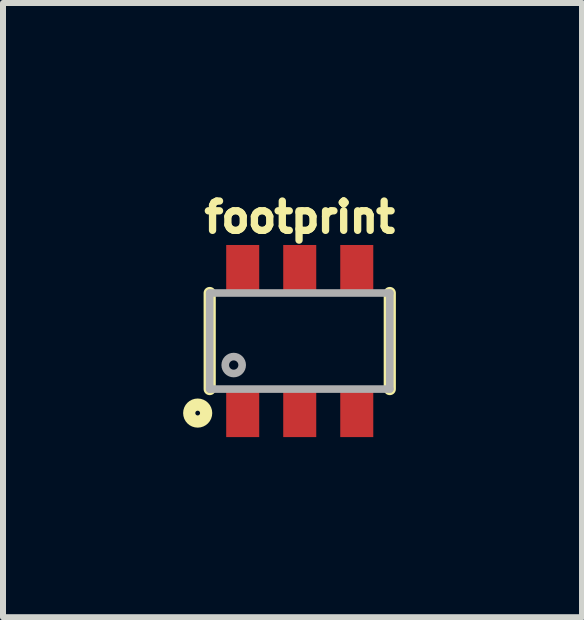
<source format=kicad_pcb>
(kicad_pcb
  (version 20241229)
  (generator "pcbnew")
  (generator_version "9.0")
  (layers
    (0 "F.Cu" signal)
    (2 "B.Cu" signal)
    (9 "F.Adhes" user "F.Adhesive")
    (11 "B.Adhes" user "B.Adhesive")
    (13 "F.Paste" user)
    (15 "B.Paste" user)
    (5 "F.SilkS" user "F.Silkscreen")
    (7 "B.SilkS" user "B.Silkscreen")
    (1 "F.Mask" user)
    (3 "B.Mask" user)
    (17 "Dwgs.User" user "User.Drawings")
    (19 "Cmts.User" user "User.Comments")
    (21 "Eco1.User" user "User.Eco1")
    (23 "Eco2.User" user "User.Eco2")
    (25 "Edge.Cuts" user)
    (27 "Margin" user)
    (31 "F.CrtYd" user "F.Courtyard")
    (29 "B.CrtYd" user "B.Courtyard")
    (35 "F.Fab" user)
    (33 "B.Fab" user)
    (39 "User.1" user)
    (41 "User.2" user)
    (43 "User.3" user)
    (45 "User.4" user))
  (footprint "footprint"
    (layer "F.Cu")
    (at 1.943 2.631)
    (property "Reference" "footprint" (at 0 -1.778 0) (layer "F.SilkS") (effects (font (size 0.488 0.488) (thickness 0.122)) (justify bottom)))
    (fp_line (start -1.5 -0.8) (end -1.5 0.8) (stroke (width 0.203) (type solid)) (layer "F.SilkS"))
    (fp_line (start 1.5 -0.8) (end 1.5 0.8) (stroke (width 0.203) (type solid)) (layer "F.SilkS"))
    (fp_circle (center -1.7 1.2) (end -1.559 1.2) (stroke (width 0.203) (type solid)) (fill no) (layer "F.SilkS"))
    (fp_line (start -1.5 -0.8) (end -1.5 0.8) (stroke (width 0.127) (type solid)) (layer "F.Fab"))
    (fp_line (start -1.5 0.8) (end 1.5 0.8) (stroke (width 0.127) (type solid)) (layer "F.Fab"))
    (fp_line (start 1.5 -0.8) (end -1.5 -0.8) (stroke (width 0.127) (type solid)) (layer "F.Fab"))
    (fp_line (start 1.5 0.8) (end 1.5 -0.8) (stroke (width 0.127) (type solid)) (layer "F.Fab"))
    (fp_circle (center -1.1 0.4) (end -0.959 0.4) (stroke (width 0.127) (type solid)) (fill no) (layer "F.Fab"))
    (pad "D1" smd rect (at -0.95 -1.2) (size 0.55 0.8) (layers "F.Cu" "F.Mask" "F.Paste"))
    (pad "D2" smd rect (at 0.95 -1.2) (size 0.55 0.8) (layers "F.Cu" "F.Mask" "F.Paste"))
    (pad "G1" smd rect (at -0.95 1.2) (size 0.55 0.8) (layers "F.Cu" "F.Mask" "F.Paste"))
    (pad "G2" smd rect (at 0.95 1.2) (size 0.55 0.8) (layers "F.Cu" "F.Mask" "F.Paste"))
    (pad "S1" smd rect (at 0 -1.2 180) (size 0.55 0.8) (layers "F.Cu" "F.Mask" "F.Paste"))
    (pad "S2" smd rect (at 0 1.2) (size 0.55 0.8) (layers "F.Cu" "F.Mask" "F.Paste")))
  (gr_rect
    (start -3 -3)
    (end 6.645 7.231)
    (stroke (width 0.1) (type default))
    (fill no)
    (layer "Edge.Cuts")))
</source>
